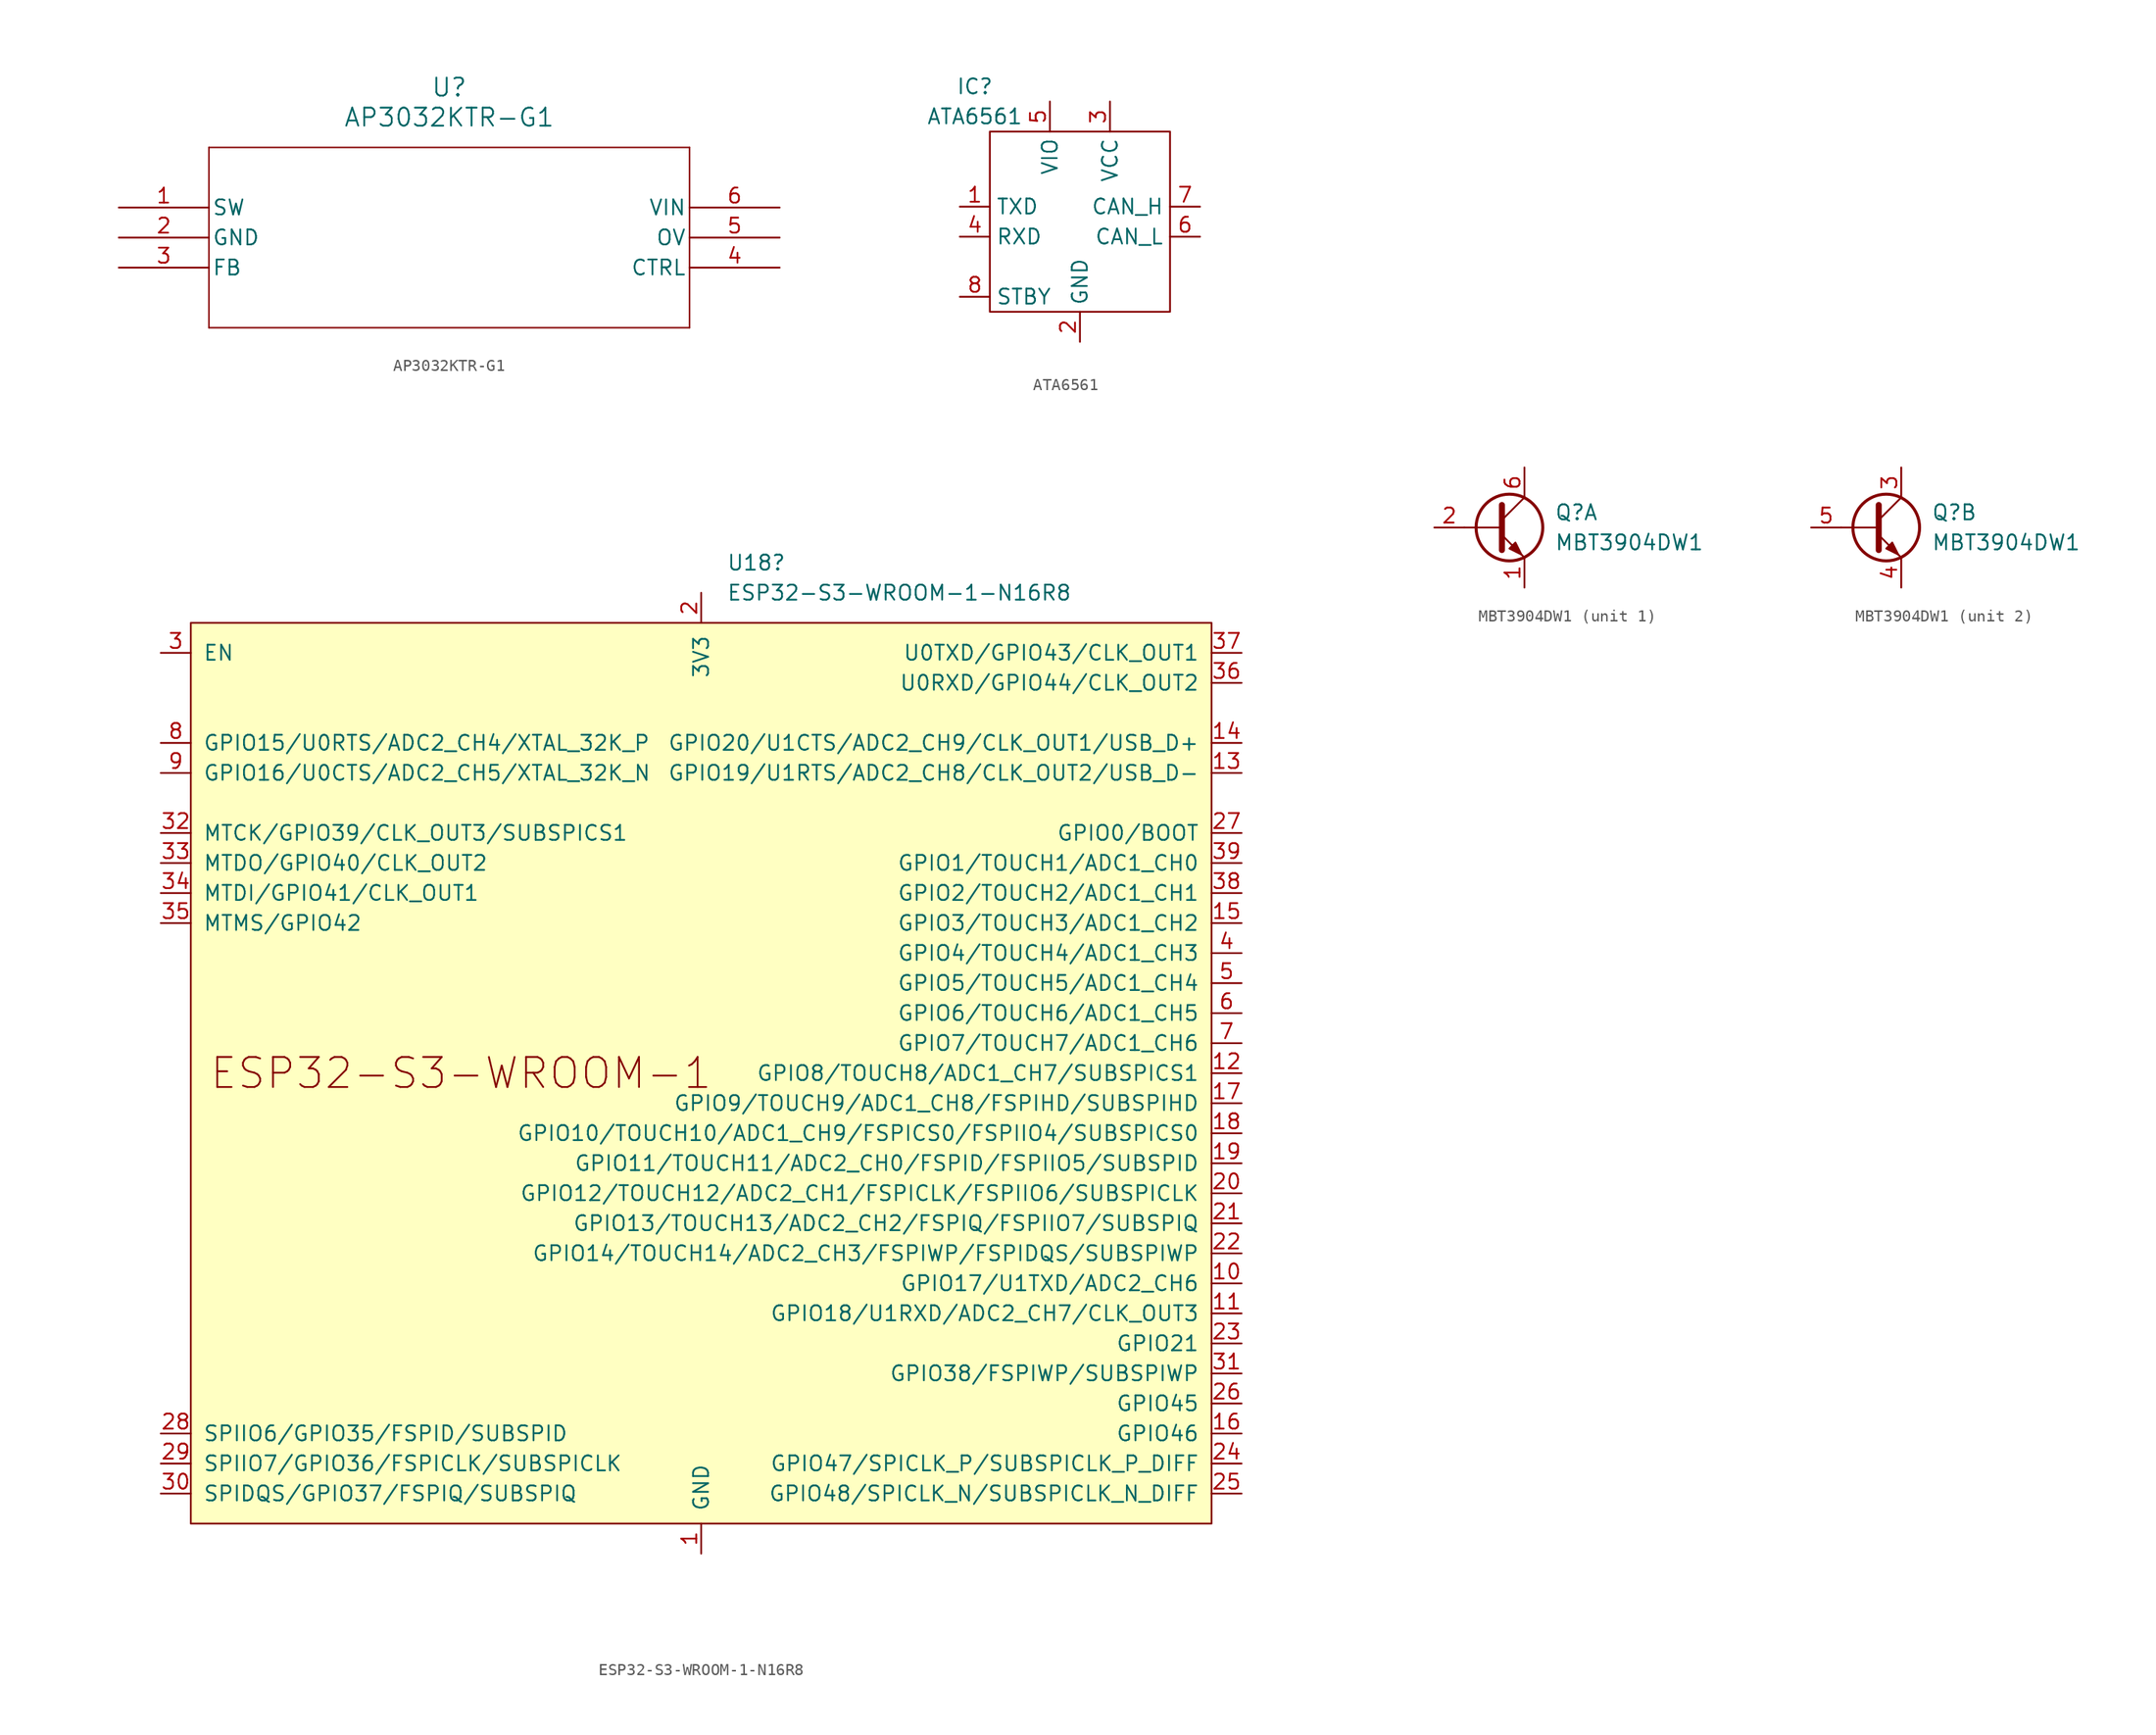
<source format=kicad_sym>
(kicad_symbol_lib
  (version 20241209)
  (generator "kicad_symbol_editor")
  (generator_version "9.0")
  (symbol "AP3032KTR-G1"
    (pin_names
      (offset 0.254))
    (property "Reference" "U"
      (at 27.94 10.16 0)
      (effects (font (size 1.524 1.524))))
    (property "Value" "AP3032KTR-G1"
      (at 27.94 7.62 0)
      (effects (font (size 1.524 1.524))))
    (symbol "AP3032KTR-G1_0_1"
      (polyline (pts (xy 7.62 5.08) (xy 7.62 -10.16)) (stroke (width 0.127) (type default)) (fill (type none)))
      (polyline (pts (xy 7.62 -10.16) (xy 48.26 -10.16)) (stroke (width 0.127) (type default)) (fill (type none)))
      (polyline (pts (xy 48.26 5.08) (xy 7.62 5.08)) (stroke (width 0.127) (type default)) (fill (type none)))
      (polyline (pts (xy 48.26 -10.16) (xy 48.26 5.08)) (stroke (width 0.127) (type default)) (fill (type none)))
      (pin output line (at 0 0 0) (length 7.62) (name "SW" (effects (font (size 1.27 1.27)))) (number "1" (effects (font (size 1.27 1.27)))))
      (pin power_in line (at 0 -2.54 0) (length 7.62) (name "GND" (effects (font (size 1.27 1.27)))) (number "2" (effects (font (size 1.27 1.27)))))
      (pin output line (at 0 -5.08 0) (length 7.62) (name "FB" (effects (font (size 1.27 1.27)))) (number "3" (effects (font (size 1.27 1.27)))))
      (pin input line (at 55.88 0 180) (length 7.62) (name "VIN" (effects (font (size 1.27 1.27)))) (number "6" (effects (font (size 1.27 1.27)))))
      (pin unspecified line (at 55.88 -2.54 180) (length 7.62) (name "OV" (effects (font (size 1.27 1.27)))) (number "5" (effects (font (size 1.27 1.27)))))
      (pin unspecified line (at 55.88 -5.08 180) (length 7.62) (name "CTRL" (effects (font (size 1.27 1.27)))) (number "4" (effects (font (size 1.27 1.27)))))))
  (symbol "ATA6561"
    (property "Reference" "IC"
      (at -8.89 3.81 0)
      (effects (font (size 1.27 1.27))))
    (property "Value" "ATA6561"
      (at -8.89 1.27 0)
      (effects (font (size 1.27 1.27))))
    (symbol "ATA6561_0_0"
      (pin input line (at -10.16 -6.35 0) (length 2.54) (name "TXD" (effects (font (size 1.27 1.27)))) (number "1" (effects (font (size 1.27 1.27)))))
      (pin output line (at -10.16 -8.89 0) (length 2.54) (name "RXD" (effects (font (size 1.27 1.27)))) (number "4" (effects (font (size 1.27 1.27)))))
      (pin input line (at -10.16 -13.97 0) (length 2.54) (name "STBY" (effects (font (size 1.27 1.27)))) (number "8" (effects (font (size 1.27 1.27)))))
      (pin power_in line (at -2.54 2.54 270) (length 2.54) (name "VIO" (effects (font (size 1.27 1.27)))) (number "5" (effects (font (size 1.27 1.27)))))
      (pin power_in line (at 0 -17.78 90) (length 2.54) (name "GND" (effects (font (size 1.27 1.27)))) (number "2" (effects (font (size 1.27 1.27)))))
      (pin power_in line (at 2.54 2.54 270) (length 2.54) (name "VCC" (effects (font (size 1.27 1.27)))) (number "3" (effects (font (size 1.27 1.27)))))
      (pin output line (at 10.16 -6.35 180) (length 2.54) (name "CAN_H" (effects (font (size 1.27 1.27)))) (number "7" (effects (font (size 1.27 1.27)))))
      (pin output line (at 10.16 -8.89 180) (length 2.54) (name "CAN_L" (effects (font (size 1.27 1.27)))) (number "6" (effects (font (size 1.27 1.27))))))
    (symbol "ATA6561_0_1"
      (rectangle (start -7.62 0) (end 7.62 -15.24) (stroke (width 0) (type default)) (fill (type none)))))
  (symbol "ESP32-S3-WROOM-1-N16R8"
    (pin_names
      (offset 1.016))
    (property "Reference" "U18"
      (at 2.143 43.18 0)
      (effects (font (size 1.27 1.27)) (justify left)))
    (property "Value" "ESP32-S3-WROOM-1-N16R8"
      (at 2.143 40.64 0)
      (effects (font (size 1.27 1.27)) (justify left)))
    (symbol "ESP32-S3-WROOM-1-N16R8_0_0"
      (text "ESP32-S3-WROOM-1" (at -20.32 0 0) (effects (font (size 2.54 2.54))))
      (pin input line (at -45.72 35.56 0) (length 2.54) (name "EN" (effects (font (size 1.27 1.27)))) (number "3" (effects (font (size 1.27 1.27)))))
      (pin bidirectional line (at -45.72 27.94 0) (length 2.54) (name "GPIO15/U0RTS/ADC2_CH4/XTAL_32K_P" (effects (font (size 1.27 1.27)))) (number "8" (effects (font (size 1.27 1.27)))))
      (pin bidirectional line (at -45.72 25.4 0) (length 2.54) (name "GPIO16/U0CTS/ADC2_CH5/XTAL_32K_N" (effects (font (size 1.27 1.27)))) (number "9" (effects (font (size 1.27 1.27)))))
      (pin bidirectional line (at -45.72 20.32 0) (length 2.54) (name "MTCK/GPIO39/CLK_OUT3/SUBSPICS1" (effects (font (size 1.27 1.27)))) (number "32" (effects (font (size 1.27 1.27)))))
      (pin bidirectional line (at -45.72 17.78 0) (length 2.54) (name "MTDO/GPIO40/CLK_OUT2" (effects (font (size 1.27 1.27)))) (number "33" (effects (font (size 1.27 1.27)))))
      (pin bidirectional line (at -45.72 15.24 0) (length 2.54) (name "MTDI/GPIO41/CLK_OUT1" (effects (font (size 1.27 1.27)))) (number "34" (effects (font (size 1.27 1.27)))))
      (pin bidirectional line (at -45.72 12.7 0) (length 2.54) (name "MTMS/GPIO42" (effects (font (size 1.27 1.27)))) (number "35" (effects (font (size 1.27 1.27)))))
      (pin bidirectional line (at -45.72 -30.48 0) (length 2.54) (name "SPIIO6/GPIO35/FSPID/SUBSPID" (effects (font (size 1.27 1.27)))) (number "28" (effects (font (size 1.27 1.27)))))
      (pin bidirectional line (at -45.72 -33.02 0) (length 2.54) (name "SPIIO7/GPIO36/FSPICLK/SUBSPICLK" (effects (font (size 1.27 1.27)))) (number "29" (effects (font (size 1.27 1.27)))))
      (pin bidirectional line (at -45.72 -35.56 0) (length 2.54) (name "SPIDQS/GPIO37/FSPIQ/SUBSPIQ" (effects (font (size 1.27 1.27)))) (number "30" (effects (font (size 1.27 1.27)))))
      (pin power_in line (at 0 40.64 270) (length 2.54) (name "3V3" (effects (font (size 1.27 1.27)))) (number "2" (effects (font (size 1.27 1.27)))))
      (pin power_in line (at 0 -40.64 90) (length 2.54) (name "GND" (effects (font (size 1.27 1.27)))) (number "1" (effects (font (size 1.27 1.27)))))
      (pin passive line (at 0 -40.64 90) (length 2.54) (hide yes) (name "GND" (effects (font (size 1.27 1.27)))) (number "40" (effects (font (size 1.27 1.27)))))
      (pin passive line (at 0 -40.64 90) (length 2.54) (hide yes) (name "GND" (effects (font (size 1.27 1.27)))) (number "41" (effects (font (size 1.27 1.27)))))
      (pin bidirectional line (at 45.72 35.56 180) (length 2.54) (name "U0TXD/GPIO43/CLK_OUT1" (effects (font (size 1.27 1.27)))) (number "37" (effects (font (size 1.27 1.27)))))
      (pin bidirectional line (at 45.72 33.02 180) (length 2.54) (name "U0RXD/GPIO44/CLK_OUT2" (effects (font (size 1.27 1.27)))) (number "36" (effects (font (size 1.27 1.27)))))
      (pin bidirectional line (at 45.72 27.94 180) (length 2.54) (name "GPIO20/U1CTS/ADC2_CH9/CLK_OUT1/USB_D+" (effects (font (size 1.27 1.27)))) (number "14" (effects (font (size 1.27 1.27)))))
      (pin bidirectional line (at 45.72 25.4 180) (length 2.54) (name "GPIO19/U1RTS/ADC2_CH8/CLK_OUT2/USB_D-" (effects (font (size 1.27 1.27)))) (number "13" (effects (font (size 1.27 1.27)))))
      (pin bidirectional line (at 45.72 20.32 180) (length 2.54) (name "GPIO0/BOOT" (effects (font (size 1.27 1.27)))) (number "27" (effects (font (size 1.27 1.27)))))
      (pin bidirectional line (at 45.72 17.78 180) (length 2.54) (name "GPIO1/TOUCH1/ADC1_CH0" (effects (font (size 1.27 1.27)))) (number "39" (effects (font (size 1.27 1.27)))))
      (pin bidirectional line (at 45.72 15.24 180) (length 2.54) (name "GPIO2/TOUCH2/ADC1_CH1" (effects (font (size 1.27 1.27)))) (number "38" (effects (font (size 1.27 1.27)))))
      (pin bidirectional line (at 45.72 12.7 180) (length 2.54) (name "GPIO3/TOUCH3/ADC1_CH2" (effects (font (size 1.27 1.27)))) (number "15" (effects (font (size 1.27 1.27)))))
      (pin bidirectional line (at 45.72 10.16 180) (length 2.54) (name "GPIO4/TOUCH4/ADC1_CH3" (effects (font (size 1.27 1.27)))) (number "4" (effects (font (size 1.27 1.27)))))
      (pin bidirectional line (at 45.72 7.62 180) (length 2.54) (name "GPIO5/TOUCH5/ADC1_CH4" (effects (font (size 1.27 1.27)))) (number "5" (effects (font (size 1.27 1.27)))))
      (pin bidirectional line (at 45.72 5.08 180) (length 2.54) (name "GPIO6/TOUCH6/ADC1_CH5" (effects (font (size 1.27 1.27)))) (number "6" (effects (font (size 1.27 1.27)))))
      (pin bidirectional line (at 45.72 2.54 180) (length 2.54) (name "GPIO7/TOUCH7/ADC1_CH6" (effects (font (size 1.27 1.27)))) (number "7" (effects (font (size 1.27 1.27)))))
      (pin bidirectional line (at 45.72 0 180) (length 2.54) (name "GPIO8/TOUCH8/ADC1_CH7/SUBSPICS1" (effects (font (size 1.27 1.27)))) (number "12" (effects (font (size 1.27 1.27)))))
      (pin bidirectional line (at 45.72 -2.54 180) (length 2.54) (name "GPIO9/TOUCH9/ADC1_CH8/FSPIHD/SUBSPIHD" (effects (font (size 1.27 1.27)))) (number "17" (effects (font (size 1.27 1.27)))))
      (pin bidirectional line (at 45.72 -5.08 180) (length 2.54) (name "GPIO10/TOUCH10/ADC1_CH9/FSPICS0/FSPIIO4/SUBSPICS0" (effects (font (size 1.27 1.27)))) (number "18" (effects (font (size 1.27 1.27)))))
      (pin bidirectional line (at 45.72 -7.62 180) (length 2.54) (name "GPIO11/TOUCH11/ADC2_CH0/FSPID/FSPIIO5/SUBSPID" (effects (font (size 1.27 1.27)))) (number "19" (effects (font (size 1.27 1.27)))))
      (pin bidirectional line (at 45.72 -10.16 180) (length 2.54) (name "GPIO12/TOUCH12/ADC2_CH1/FSPICLK/FSPIIO6/SUBSPICLK" (effects (font (size 1.27 1.27)))) (number "20" (effects (font (size 1.27 1.27)))))
      (pin bidirectional line (at 45.72 -12.7 180) (length 2.54) (name "GPIO13/TOUCH13/ADC2_CH2/FSPIQ/FSPIIO7/SUBSPIQ" (effects (font (size 1.27 1.27)))) (number "21" (effects (font (size 1.27 1.27)))))
      (pin bidirectional line (at 45.72 -15.24 180) (length 2.54) (name "GPIO14/TOUCH14/ADC2_CH3/FSPIWP/FSPIDQS/SUBSPIWP" (effects (font (size 1.27 1.27)))) (number "22" (effects (font (size 1.27 1.27)))))
      (pin bidirectional line (at 45.72 -17.78 180) (length 2.54) (name "GPIO17/U1TXD/ADC2_CH6" (effects (font (size 1.27 1.27)))) (number "10" (effects (font (size 1.27 1.27)))))
      (pin bidirectional line (at 45.72 -20.32 180) (length 2.54) (name "GPIO18/U1RXD/ADC2_CH7/CLK_OUT3" (effects (font (size 1.27 1.27)))) (number "11" (effects (font (size 1.27 1.27)))))
      (pin bidirectional line (at 45.72 -22.86 180) (length 2.54) (name "GPIO21" (effects (font (size 1.27 1.27)))) (number "23" (effects (font (size 1.27 1.27)))))
      (pin bidirectional line (at 45.72 -25.4 180) (length 2.54) (name "GPIO38/FSPIWP/SUBSPIWP" (effects (font (size 1.27 1.27)))) (number "31" (effects (font (size 1.27 1.27)))))
      (pin bidirectional line (at 45.72 -27.94 180) (length 2.54) (name "GPIO45" (effects (font (size 1.27 1.27)))) (number "26" (effects (font (size 1.27 1.27)))))
      (pin bidirectional line (at 45.72 -30.48 180) (length 2.54) (name "GPIO46" (effects (font (size 1.27 1.27)))) (number "16" (effects (font (size 1.27 1.27)))))
      (pin bidirectional line (at 45.72 -33.02 180) (length 2.54) (name "GPIO47/SPICLK_P/SUBSPICLK_P_DIFF" (effects (font (size 1.27 1.27)))) (number "24" (effects (font (size 1.27 1.27)))))
      (pin bidirectional line (at 45.72 -35.56 180) (length 2.54) (name "GPIO48/SPICLK_N/SUBSPICLK_N_DIFF" (effects (font (size 1.27 1.27)))) (number "25" (effects (font (size 1.27 1.27))))))
    (symbol "ESP32-S3-WROOM-1-N16R8_0_1"
      (rectangle (start -43.18 38.1) (end 43.18 -38.1) (stroke (width 0) (type default)) (fill (type background)))))
  (symbol "MBT3904DW1"
    (pin_names
      (offset 0)
      (hide yes))
    (property "Reference" "Q"
      (at 5.08 1.27 0)
      (effects (font (size 1.27 1.27)) (justify left)))
    (property "Value" "MBT3904DW1"
      (at 5.08 -1.27 0)
      (effects (font (size 1.27 1.27)) (justify left)))
    (property "ki_locked" ""
      (at 0 0 0)
      (effects (font (size 1.27 1.27))))
    (symbol "MBT3904DW1_0_1"
      (polyline (pts (xy 0.635 1.905) (xy 0.635 -1.905)) (stroke (width 0.508) (type default)) (fill (type none)))
      (polyline (pts (xy 0.635 0.635) (xy 2.54 2.54)) (stroke (width 0) (type default)) (fill (type none)))
      (polyline (pts (xy 0.635 0) (xy -2.54 0)) (stroke (width 0) (type default)) (fill (type none)))
      (polyline (pts (xy 0.635 -0.635) (xy 2.54 -2.54)) (stroke (width 0) (type default)) (fill (type none)))
      (circle (center 1.27 0) (radius 2.819) (stroke (width 0.254) (type default)) (fill (type none)))
      (polyline (pts (xy 1.27 -1.778) (xy 1.778 -1.27) (xy 2.286 -2.286) (xy 1.27 -1.778)) (stroke (width 0) (type default)) (fill (type outline))))
    (symbol "MBT3904DW1_1_1"
      (pin input line (at -5.08 0 0) (length 2.54) (name "B1" (effects (font (size 1.27 1.27)))) (number "2" (effects (font (size 1.27 1.27)))))
      (pin passive line (at 2.54 5.08 270) (length 2.54) (name "C1" (effects (font (size 1.27 1.27)))) (number "6" (effects (font (size 1.27 1.27)))))
      (pin passive line (at 2.54 -5.08 90) (length 2.54) (name "E1" (effects (font (size 1.27 1.27)))) (number "1" (effects (font (size 1.27 1.27))))))
    (symbol "MBT3904DW1_2_1"
      (pin input line (at -5.08 0 0) (length 2.54) (name "B2" (effects (font (size 1.27 1.27)))) (number "5" (effects (font (size 1.27 1.27)))))
      (pin passive line (at 2.54 5.08 270) (length 2.54) (name "C2" (effects (font (size 1.27 1.27)))) (number "3" (effects (font (size 1.27 1.27)))))
      (pin passive line (at 2.54 -5.08 90) (length 2.54) (name "E2" (effects (font (size 1.27 1.27)))) (number "4" (effects (font (size 1.27 1.27))))))))
</source>
